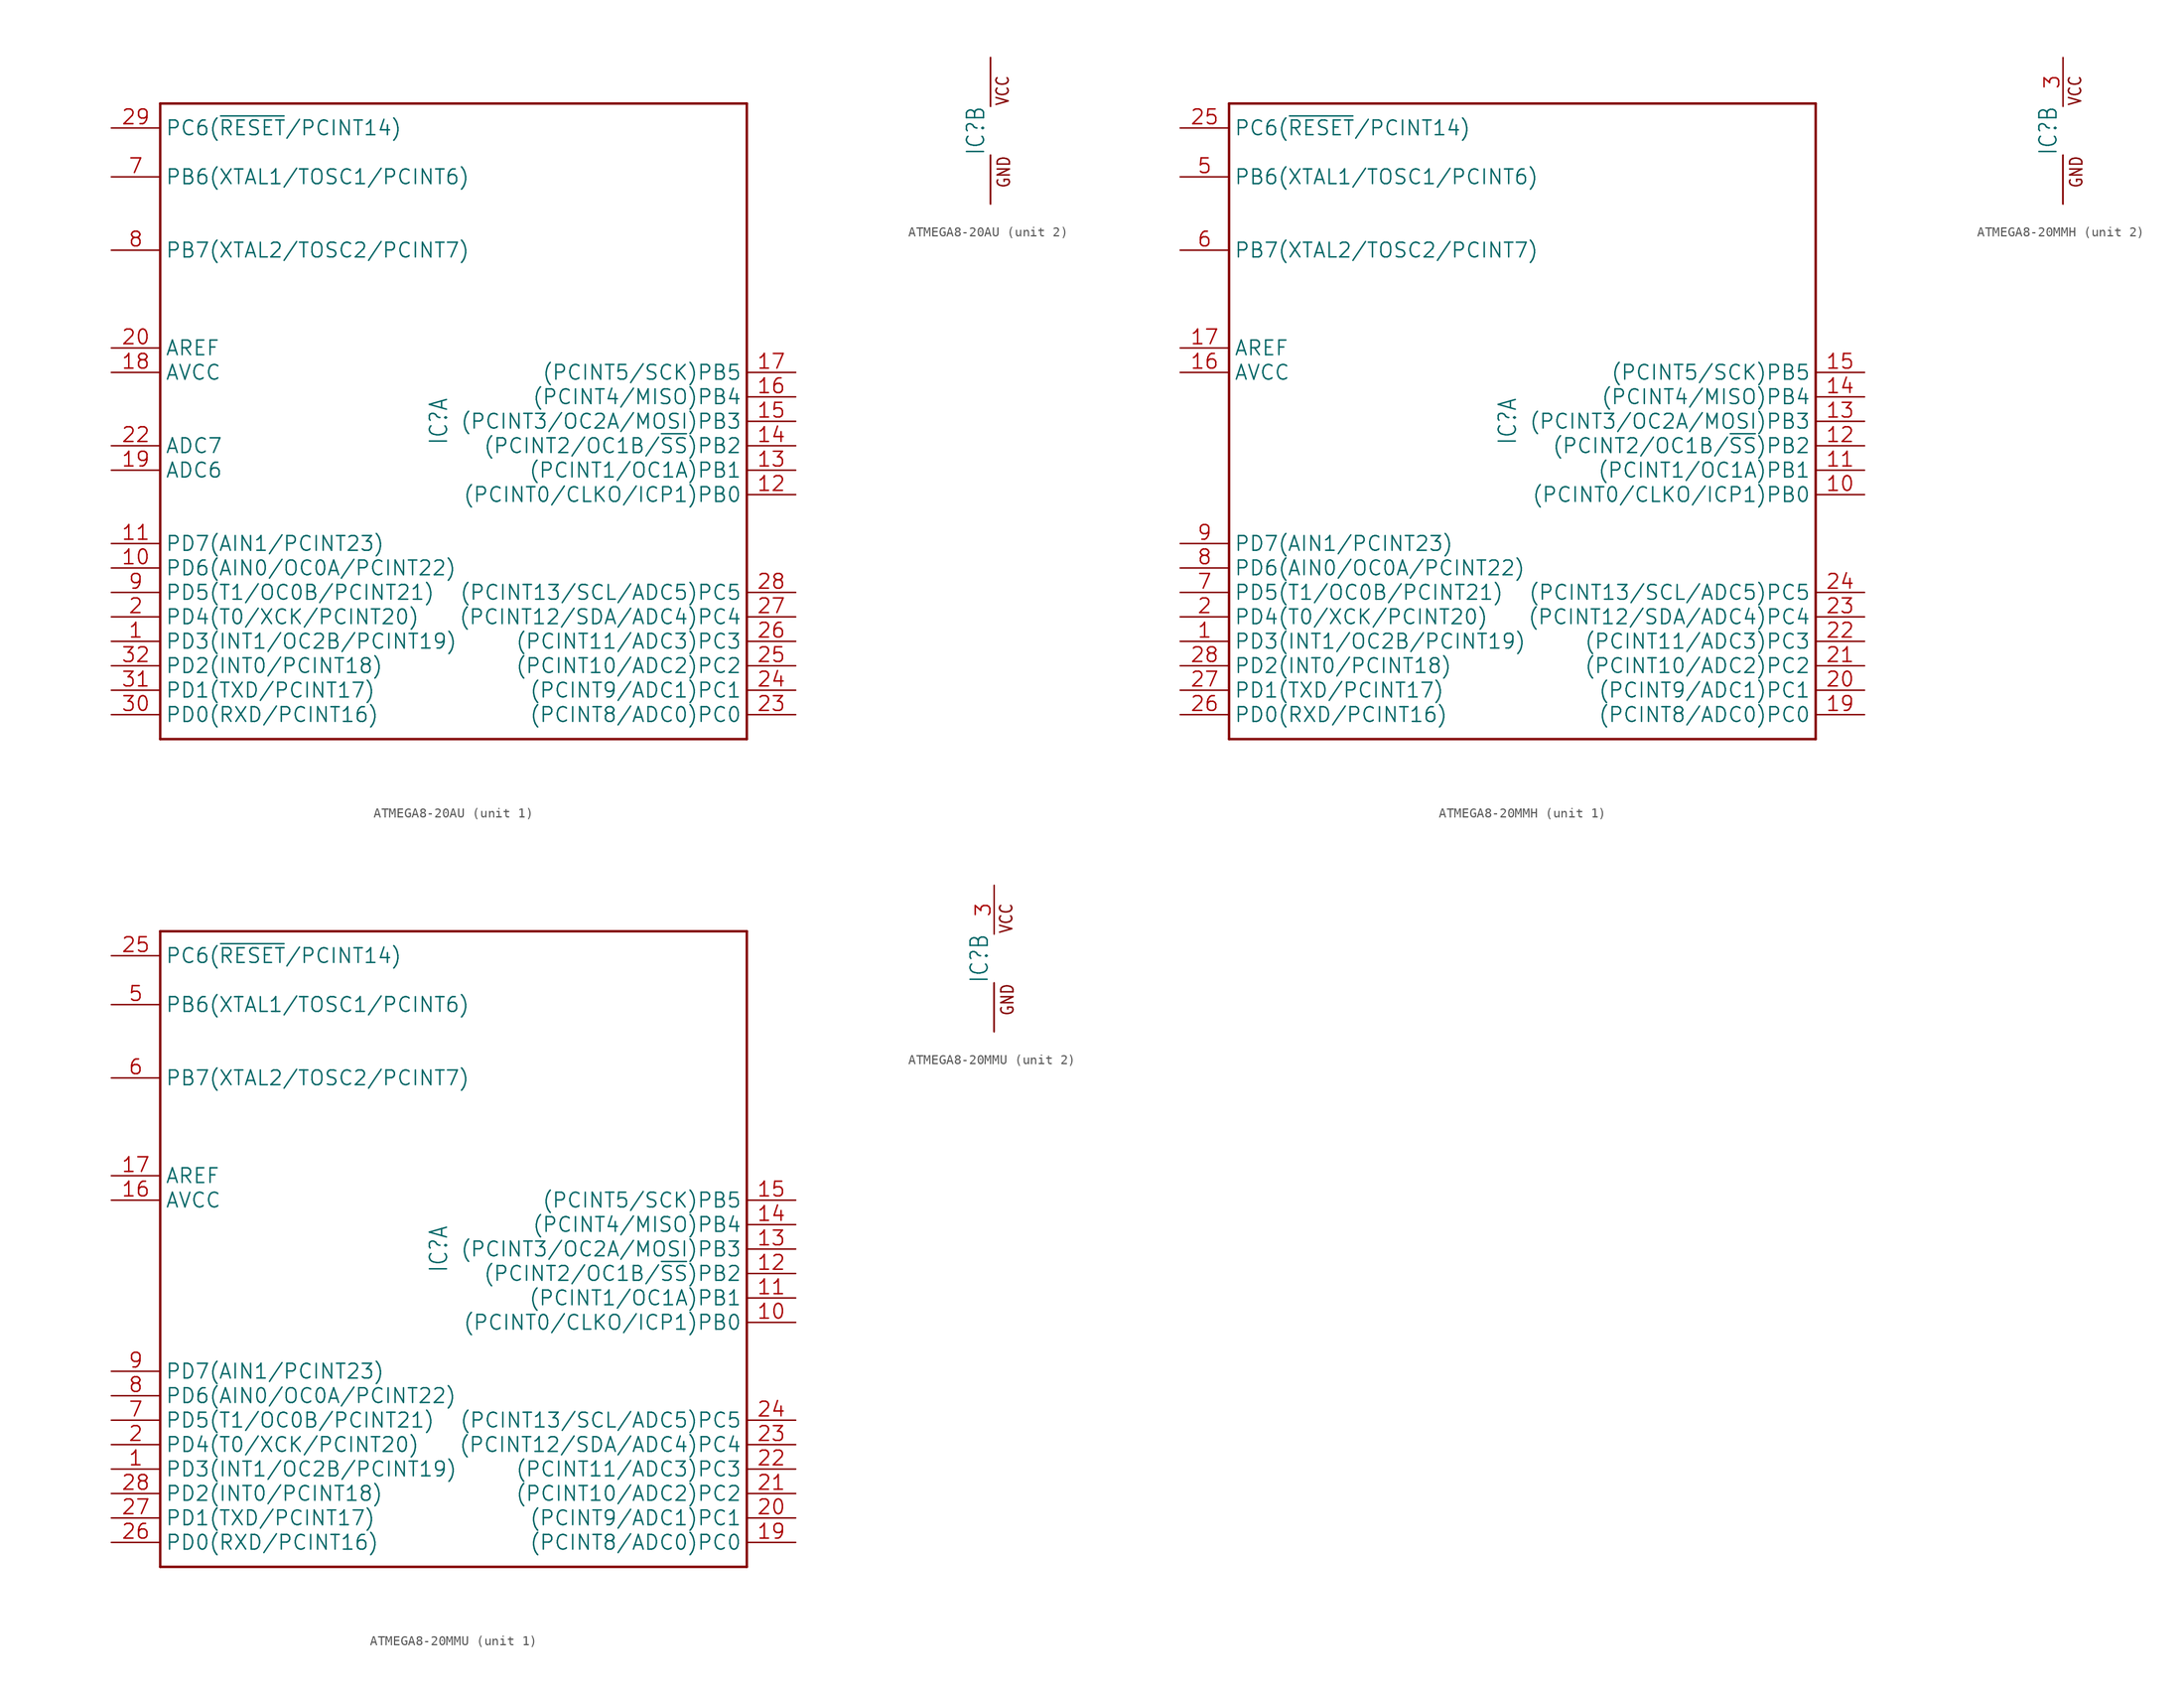
<source format=kicad_sym>
(kicad_symbol_lib
  (version 20241209)
  (generator "kicad_symbol_editor")
  (generator_version "9.0")
  (symbol "ATMEGA8-20AU"
    (property "Reference" "IC"
      (at -0.508 0 90)
      (effects (font (size 1.778 1.511)) (justify bottom)))
    (property "ki_locked" ""
      (at 0 0 0)
      (effects (font (size 1.27 1.27))))
    (symbol "ATMEGA8-20AU_1_0"
      (polyline (pts (xy -30.48 33.02) (xy 30.48 33.02)) (stroke (width 0.254) (type solid)) (fill (type none)))
      (polyline (pts (xy -30.48 -33.02) (xy -30.48 33.02)) (stroke (width 0.254) (type solid)) (fill (type none)))
      (polyline (pts (xy 30.48 33.02) (xy 30.48 -33.02)) (stroke (width 0.254) (type solid)) (fill (type none)))
      (polyline (pts (xy 30.48 -33.02) (xy -30.48 -33.02)) (stroke (width 0.254) (type solid)) (fill (type none)))
      (pin bidirectional line (at -35.56 30.48 0) (length 5.08) (name "PC6(~{RESET}/PCINT14)" (effects (font (size 1.524 1.524)))) (number "29" (effects (font (size 1.524 1.524)))))
      (pin bidirectional line (at -35.56 25.4 0) (length 5.08) (name "PB6(XTAL1/TOSC1/PCINT6)" (effects (font (size 1.524 1.524)))) (number "7" (effects (font (size 1.524 1.524)))))
      (pin bidirectional line (at -35.56 17.78 0) (length 5.08) (name "PB7(XTAL2/TOSC2/PCINT7)" (effects (font (size 1.524 1.524)))) (number "8" (effects (font (size 1.524 1.524)))))
      (pin passive line (at -35.56 7.62 0) (length 5.08) (name "AREF" (effects (font (size 1.524 1.524)))) (number "20" (effects (font (size 1.524 1.524)))))
      (pin power_in line (at -35.56 5.08 0) (length 5.08) (name "AVCC" (effects (font (size 1.524 1.524)))) (number "18" (effects (font (size 1.524 1.524)))))
      (pin bidirectional line (at -35.56 -2.54 0) (length 5.08) (name "ADC7" (effects (font (size 1.524 1.524)))) (number "22" (effects (font (size 1.524 1.524)))))
      (pin bidirectional line (at -35.56 -5.08 0) (length 5.08) (name "ADC6" (effects (font (size 1.524 1.524)))) (number "19" (effects (font (size 1.524 1.524)))))
      (pin bidirectional line (at -35.56 -12.7 0) (length 5.08) (name "PD7(AIN1/PCINT23)" (effects (font (size 1.524 1.524)))) (number "11" (effects (font (size 1.524 1.524)))))
      (pin bidirectional line (at -35.56 -15.24 0) (length 5.08) (name "PD6(AIN0/OC0A/PCINT22)" (effects (font (size 1.524 1.524)))) (number "10" (effects (font (size 1.524 1.524)))))
      (pin bidirectional line (at -35.56 -17.78 0) (length 5.08) (name "PD5(T1/OC0B/PCINT21)" (effects (font (size 1.524 1.524)))) (number "9" (effects (font (size 1.524 1.524)))))
      (pin bidirectional line (at -35.56 -20.32 0) (length 5.08) (name "PD4(T0/XCK/PCINT20)" (effects (font (size 1.524 1.524)))) (number "2" (effects (font (size 1.524 1.524)))))
      (pin bidirectional line (at -35.56 -22.86 0) (length 5.08) (name "PD3(INT1/OC2B/PCINT19)" (effects (font (size 1.524 1.524)))) (number "1" (effects (font (size 1.524 1.524)))))
      (pin bidirectional line (at -35.56 -25.4 0) (length 5.08) (name "PD2(INT0/PCINT18)" (effects (font (size 1.524 1.524)))) (number "32" (effects (font (size 1.524 1.524)))))
      (pin bidirectional line (at -35.56 -27.94 0) (length 5.08) (name "PD1(TXD/PCINT17)" (effects (font (size 1.524 1.524)))) (number "31" (effects (font (size 1.524 1.524)))))
      (pin bidirectional line (at -35.56 -30.48 0) (length 5.08) (name "PD0(RXD/PCINT16)" (effects (font (size 1.524 1.524)))) (number "30" (effects (font (size 1.524 1.524)))))
      (pin bidirectional line (at 35.56 5.08 180) (length 5.08) (name "(PCINT5/SCK)PB5" (effects (font (size 1.524 1.524)))) (number "17" (effects (font (size 1.524 1.524)))))
      (pin bidirectional line (at 35.56 2.54 180) (length 5.08) (name "(PCINT4/MISO)PB4" (effects (font (size 1.524 1.524)))) (number "16" (effects (font (size 1.524 1.524)))))
      (pin bidirectional line (at 35.56 0 180) (length 5.08) (name "(PCINT3/OC2A/MOSI)PB3" (effects (font (size 1.524 1.524)))) (number "15" (effects (font (size 1.524 1.524)))))
      (pin bidirectional line (at 35.56 -2.54 180) (length 5.08) (name "(PCINT2/OC1B/~{SS})PB2" (effects (font (size 1.524 1.524)))) (number "14" (effects (font (size 1.524 1.524)))))
      (pin bidirectional line (at 35.56 -5.08 180) (length 5.08) (name "(PCINT1/OC1A)PB1" (effects (font (size 1.524 1.524)))) (number "13" (effects (font (size 1.524 1.524)))))
      (pin bidirectional line (at 35.56 -7.62 180) (length 5.08) (name "(PCINT0/CLKO/ICP1)PB0" (effects (font (size 1.524 1.524)))) (number "12" (effects (font (size 1.524 1.524)))))
      (pin bidirectional line (at 35.56 -17.78 180) (length 5.08) (name "(PCINT13/SCL/ADC5)PC5" (effects (font (size 1.524 1.524)))) (number "28" (effects (font (size 1.524 1.524)))))
      (pin bidirectional line (at 35.56 -20.32 180) (length 5.08) (name "(PCINT12/SDA/ADC4)PC4" (effects (font (size 1.524 1.524)))) (number "27" (effects (font (size 1.524 1.524)))))
      (pin bidirectional line (at 35.56 -22.86 180) (length 5.08) (name "(PCINT11/ADC3)PC3" (effects (font (size 1.524 1.524)))) (number "26" (effects (font (size 1.524 1.524)))))
      (pin bidirectional line (at 35.56 -25.4 180) (length 5.08) (name "(PCINT10/ADC2)PC2" (effects (font (size 1.524 1.524)))) (number "25" (effects (font (size 1.524 1.524)))))
      (pin bidirectional line (at 35.56 -27.94 180) (length 5.08) (name "(PCINT9/ADC1)PC1" (effects (font (size 1.524 1.524)))) (number "24" (effects (font (size 1.524 1.524)))))
      (pin bidirectional line (at 35.56 -30.48 180) (length 5.08) (name "(PCINT8/ADC0)PC0" (effects (font (size 1.524 1.524)))) (number "23" (effects (font (size 1.524 1.524))))))
    (symbol "ATMEGA8-20AU_2_0"
      (text "VCC" (at 0.508 2.54 900) (effects (font (size 1.27 1.079)) (justify left top)))
      (text "GND" (at 0.635 -2.54 900) (effects (font (size 1.27 1.079)) (justify right top)))
      (pin power_in line (at 0 7.62 270) (length 5.08) (name "VCC" (effects (font (size 0 0)))) (number "4" (effects (font (size 0 0)))))
      (pin power_in line (at 0 7.62 270) (length 5.08) (name "VCC" (effects (font (size 0 0)))) (number "6" (effects (font (size 0 0)))))
      (pin power_in line (at 0 -7.62 90) (length 5.08) (name "GND" (effects (font (size 0 0)))) (number "21" (effects (font (size 0 0)))))
      (pin power_in line (at 0 -7.62 90) (length 5.08) (name "GND" (effects (font (size 0 0)))) (number "3" (effects (font (size 0 0)))))
      (pin power_in line (at 0 -7.62 90) (length 5.08) (name "GND" (effects (font (size 0 0)))) (number "5" (effects (font (size 0 0)))))))
  (symbol "ATMEGA8-20MMH"
    (property "Reference" "IC"
      (at -0.508 0 90)
      (effects (font (size 1.778 1.511)) (justify bottom)))
    (property "ki_locked" ""
      (at 0 0 0)
      (effects (font (size 1.27 1.27))))
    (symbol "ATMEGA8-20MMH_1_0"
      (polyline (pts (xy -30.48 33.02) (xy 30.48 33.02)) (stroke (width 0.254) (type solid)) (fill (type none)))
      (polyline (pts (xy -30.48 -33.02) (xy -30.48 33.02)) (stroke (width 0.254) (type solid)) (fill (type none)))
      (polyline (pts (xy 30.48 33.02) (xy 30.48 -33.02)) (stroke (width 0.254) (type solid)) (fill (type none)))
      (polyline (pts (xy 30.48 -33.02) (xy -30.48 -33.02)) (stroke (width 0.254) (type solid)) (fill (type none)))
      (pin bidirectional line (at -35.56 30.48 0) (length 5.08) (name "PC6(~{RESET}/PCINT14)" (effects (font (size 1.524 1.524)))) (number "25" (effects (font (size 1.524 1.524)))))
      (pin bidirectional line (at -35.56 25.4 0) (length 5.08) (name "PB6(XTAL1/TOSC1/PCINT6)" (effects (font (size 1.524 1.524)))) (number "5" (effects (font (size 1.524 1.524)))))
      (pin bidirectional line (at -35.56 17.78 0) (length 5.08) (name "PB7(XTAL2/TOSC2/PCINT7)" (effects (font (size 1.524 1.524)))) (number "6" (effects (font (size 1.524 1.524)))))
      (pin passive line (at -35.56 7.62 0) (length 5.08) (name "AREF" (effects (font (size 1.524 1.524)))) (number "17" (effects (font (size 1.524 1.524)))))
      (pin power_in line (at -35.56 5.08 0) (length 5.08) (name "AVCC" (effects (font (size 1.524 1.524)))) (number "16" (effects (font (size 1.524 1.524)))))
      (pin bidirectional line (at -35.56 -12.7 0) (length 5.08) (name "PD7(AIN1/PCINT23)" (effects (font (size 1.524 1.524)))) (number "9" (effects (font (size 1.524 1.524)))))
      (pin bidirectional line (at -35.56 -15.24 0) (length 5.08) (name "PD6(AIN0/OC0A/PCINT22)" (effects (font (size 1.524 1.524)))) (number "8" (effects (font (size 1.524 1.524)))))
      (pin bidirectional line (at -35.56 -17.78 0) (length 5.08) (name "PD5(T1/OC0B/PCINT21)" (effects (font (size 1.524 1.524)))) (number "7" (effects (font (size 1.524 1.524)))))
      (pin bidirectional line (at -35.56 -20.32 0) (length 5.08) (name "PD4(T0/XCK/PCINT20)" (effects (font (size 1.524 1.524)))) (number "2" (effects (font (size 1.524 1.524)))))
      (pin bidirectional line (at -35.56 -22.86 0) (length 5.08) (name "PD3(INT1/OC2B/PCINT19)" (effects (font (size 1.524 1.524)))) (number "1" (effects (font (size 1.524 1.524)))))
      (pin bidirectional line (at -35.56 -25.4 0) (length 5.08) (name "PD2(INT0/PCINT18)" (effects (font (size 1.524 1.524)))) (number "28" (effects (font (size 1.524 1.524)))))
      (pin bidirectional line (at -35.56 -27.94 0) (length 5.08) (name "PD1(TXD/PCINT17)" (effects (font (size 1.524 1.524)))) (number "27" (effects (font (size 1.524 1.524)))))
      (pin bidirectional line (at -35.56 -30.48 0) (length 5.08) (name "PD0(RXD/PCINT16)" (effects (font (size 1.524 1.524)))) (number "26" (effects (font (size 1.524 1.524)))))
      (pin bidirectional line (at 35.56 5.08 180) (length 5.08) (name "(PCINT5/SCK)PB5" (effects (font (size 1.524 1.524)))) (number "15" (effects (font (size 1.524 1.524)))))
      (pin bidirectional line (at 35.56 2.54 180) (length 5.08) (name "(PCINT4/MISO)PB4" (effects (font (size 1.524 1.524)))) (number "14" (effects (font (size 1.524 1.524)))))
      (pin bidirectional line (at 35.56 0 180) (length 5.08) (name "(PCINT3/OC2A/MOSI)PB3" (effects (font (size 1.524 1.524)))) (number "13" (effects (font (size 1.524 1.524)))))
      (pin bidirectional line (at 35.56 -2.54 180) (length 5.08) (name "(PCINT2/OC1B/~{SS})PB2" (effects (font (size 1.524 1.524)))) (number "12" (effects (font (size 1.524 1.524)))))
      (pin bidirectional line (at 35.56 -5.08 180) (length 5.08) (name "(PCINT1/OC1A)PB1" (effects (font (size 1.524 1.524)))) (number "11" (effects (font (size 1.524 1.524)))))
      (pin bidirectional line (at 35.56 -7.62 180) (length 5.08) (name "(PCINT0/CLKO/ICP1)PB0" (effects (font (size 1.524 1.524)))) (number "10" (effects (font (size 1.524 1.524)))))
      (pin bidirectional line (at 35.56 -17.78 180) (length 5.08) (name "(PCINT13/SCL/ADC5)PC5" (effects (font (size 1.524 1.524)))) (number "24" (effects (font (size 1.524 1.524)))))
      (pin bidirectional line (at 35.56 -20.32 180) (length 5.08) (name "(PCINT12/SDA/ADC4)PC4" (effects (font (size 1.524 1.524)))) (number "23" (effects (font (size 1.524 1.524)))))
      (pin bidirectional line (at 35.56 -22.86 180) (length 5.08) (name "(PCINT11/ADC3)PC3" (effects (font (size 1.524 1.524)))) (number "22" (effects (font (size 1.524 1.524)))))
      (pin bidirectional line (at 35.56 -25.4 180) (length 5.08) (name "(PCINT10/ADC2)PC2" (effects (font (size 1.524 1.524)))) (number "21" (effects (font (size 1.524 1.524)))))
      (pin bidirectional line (at 35.56 -27.94 180) (length 5.08) (name "(PCINT9/ADC1)PC1" (effects (font (size 1.524 1.524)))) (number "20" (effects (font (size 1.524 1.524)))))
      (pin bidirectional line (at 35.56 -30.48 180) (length 5.08) (name "(PCINT8/ADC0)PC0" (effects (font (size 1.524 1.524)))) (number "19" (effects (font (size 1.524 1.524))))))
    (symbol "ATMEGA8-20MMH_2_0"
      (text "VCC" (at 0.508 2.54 900) (effects (font (size 1.27 1.079)) (justify left top)))
      (text "GND" (at 0.635 -2.54 900) (effects (font (size 1.27 1.079)) (justify right top)))
      (pin power_in line (at 0 7.62 270) (length 5.08) (name "VCC" (effects (font (size 0 0)))) (number "3" (effects (font (size 1.524 1.524)))))
      (pin power_in line (at 0 -7.62 90) (length 5.08) (name "GND" (effects (font (size 0 0)))) (number "18" (effects (font (size 0 0)))))
      (pin power_in line (at 0 -7.62 90) (length 5.08) (name "GND" (effects (font (size 0 0)))) (number "4" (effects (font (size 0 0)))))
      (pin power_in line (at 0 -7.62 90) (length 5.08) (name "GND" (effects (font (size 0 0)))) (number "EXP" (effects (font (size 0 0)))))))
  (symbol "ATMEGA8-20MMU"
    (property "Reference" "IC"
      (at -0.508 0 90)
      (effects (font (size 1.778 1.511)) (justify bottom)))
    (property "ki_locked" ""
      (at 0 0 0)
      (effects (font (size 1.27 1.27))))
    (symbol "ATMEGA8-20MMU_1_0"
      (polyline (pts (xy -30.48 33.02) (xy 30.48 33.02)) (stroke (width 0.254) (type solid)) (fill (type none)))
      (polyline (pts (xy -30.48 -33.02) (xy -30.48 33.02)) (stroke (width 0.254) (type solid)) (fill (type none)))
      (polyline (pts (xy 30.48 33.02) (xy 30.48 -33.02)) (stroke (width 0.254) (type solid)) (fill (type none)))
      (polyline (pts (xy 30.48 -33.02) (xy -30.48 -33.02)) (stroke (width 0.254) (type solid)) (fill (type none)))
      (pin bidirectional line (at -35.56 30.48 0) (length 5.08) (name "PC6(~{RESET}/PCINT14)" (effects (font (size 1.524 1.524)))) (number "25" (effects (font (size 1.524 1.524)))))
      (pin bidirectional line (at -35.56 25.4 0) (length 5.08) (name "PB6(XTAL1/TOSC1/PCINT6)" (effects (font (size 1.524 1.524)))) (number "5" (effects (font (size 1.524 1.524)))))
      (pin bidirectional line (at -35.56 17.78 0) (length 5.08) (name "PB7(XTAL2/TOSC2/PCINT7)" (effects (font (size 1.524 1.524)))) (number "6" (effects (font (size 1.524 1.524)))))
      (pin passive line (at -35.56 7.62 0) (length 5.08) (name "AREF" (effects (font (size 1.524 1.524)))) (number "17" (effects (font (size 1.524 1.524)))))
      (pin power_in line (at -35.56 5.08 0) (length 5.08) (name "AVCC" (effects (font (size 1.524 1.524)))) (number "16" (effects (font (size 1.524 1.524)))))
      (pin bidirectional line (at -35.56 -12.7 0) (length 5.08) (name "PD7(AIN1/PCINT23)" (effects (font (size 1.524 1.524)))) (number "9" (effects (font (size 1.524 1.524)))))
      (pin bidirectional line (at -35.56 -15.24 0) (length 5.08) (name "PD6(AIN0/OC0A/PCINT22)" (effects (font (size 1.524 1.524)))) (number "8" (effects (font (size 1.524 1.524)))))
      (pin bidirectional line (at -35.56 -17.78 0) (length 5.08) (name "PD5(T1/OC0B/PCINT21)" (effects (font (size 1.524 1.524)))) (number "7" (effects (font (size 1.524 1.524)))))
      (pin bidirectional line (at -35.56 -20.32 0) (length 5.08) (name "PD4(T0/XCK/PCINT20)" (effects (font (size 1.524 1.524)))) (number "2" (effects (font (size 1.524 1.524)))))
      (pin bidirectional line (at -35.56 -22.86 0) (length 5.08) (name "PD3(INT1/OC2B/PCINT19)" (effects (font (size 1.524 1.524)))) (number "1" (effects (font (size 1.524 1.524)))))
      (pin bidirectional line (at -35.56 -25.4 0) (length 5.08) (name "PD2(INT0/PCINT18)" (effects (font (size 1.524 1.524)))) (number "28" (effects (font (size 1.524 1.524)))))
      (pin bidirectional line (at -35.56 -27.94 0) (length 5.08) (name "PD1(TXD/PCINT17)" (effects (font (size 1.524 1.524)))) (number "27" (effects (font (size 1.524 1.524)))))
      (pin bidirectional line (at -35.56 -30.48 0) (length 5.08) (name "PD0(RXD/PCINT16)" (effects (font (size 1.524 1.524)))) (number "26" (effects (font (size 1.524 1.524)))))
      (pin bidirectional line (at 35.56 5.08 180) (length 5.08) (name "(PCINT5/SCK)PB5" (effects (font (size 1.524 1.524)))) (number "15" (effects (font (size 1.524 1.524)))))
      (pin bidirectional line (at 35.56 2.54 180) (length 5.08) (name "(PCINT4/MISO)PB4" (effects (font (size 1.524 1.524)))) (number "14" (effects (font (size 1.524 1.524)))))
      (pin bidirectional line (at 35.56 0 180) (length 5.08) (name "(PCINT3/OC2A/MOSI)PB3" (effects (font (size 1.524 1.524)))) (number "13" (effects (font (size 1.524 1.524)))))
      (pin bidirectional line (at 35.56 -2.54 180) (length 5.08) (name "(PCINT2/OC1B/~{SS})PB2" (effects (font (size 1.524 1.524)))) (number "12" (effects (font (size 1.524 1.524)))))
      (pin bidirectional line (at 35.56 -5.08 180) (length 5.08) (name "(PCINT1/OC1A)PB1" (effects (font (size 1.524 1.524)))) (number "11" (effects (font (size 1.524 1.524)))))
      (pin bidirectional line (at 35.56 -7.62 180) (length 5.08) (name "(PCINT0/CLKO/ICP1)PB0" (effects (font (size 1.524 1.524)))) (number "10" (effects (font (size 1.524 1.524)))))
      (pin bidirectional line (at 35.56 -17.78 180) (length 5.08) (name "(PCINT13/SCL/ADC5)PC5" (effects (font (size 1.524 1.524)))) (number "24" (effects (font (size 1.524 1.524)))))
      (pin bidirectional line (at 35.56 -20.32 180) (length 5.08) (name "(PCINT12/SDA/ADC4)PC4" (effects (font (size 1.524 1.524)))) (number "23" (effects (font (size 1.524 1.524)))))
      (pin bidirectional line (at 35.56 -22.86 180) (length 5.08) (name "(PCINT11/ADC3)PC3" (effects (font (size 1.524 1.524)))) (number "22" (effects (font (size 1.524 1.524)))))
      (pin bidirectional line (at 35.56 -25.4 180) (length 5.08) (name "(PCINT10/ADC2)PC2" (effects (font (size 1.524 1.524)))) (number "21" (effects (font (size 1.524 1.524)))))
      (pin bidirectional line (at 35.56 -27.94 180) (length 5.08) (name "(PCINT9/ADC1)PC1" (effects (font (size 1.524 1.524)))) (number "20" (effects (font (size 1.524 1.524)))))
      (pin bidirectional line (at 35.56 -30.48 180) (length 5.08) (name "(PCINT8/ADC0)PC0" (effects (font (size 1.524 1.524)))) (number "19" (effects (font (size 1.524 1.524))))))
    (symbol "ATMEGA8-20MMU_2_0"
      (text "VCC" (at 0.508 2.54 900) (effects (font (size 1.27 1.079)) (justify left top)))
      (text "GND" (at 0.635 -2.54 900) (effects (font (size 1.27 1.079)) (justify right top)))
      (pin power_in line (at 0 7.62 270) (length 5.08) (name "VCC" (effects (font (size 0 0)))) (number "3" (effects (font (size 1.524 1.524)))))
      (pin power_in line (at 0 -7.62 90) (length 5.08) (name "GND" (effects (font (size 0 0)))) (number "18" (effects (font (size 0 0)))))
      (pin power_in line (at 0 -7.62 90) (length 5.08) (name "GND" (effects (font (size 0 0)))) (number "4" (effects (font (size 0 0)))))
      (pin power_in line (at 0 -7.62 90) (length 5.08) (name "GND" (effects (font (size 0 0)))) (number "EXP" (effects (font (size 0 0))))))))
</source>
